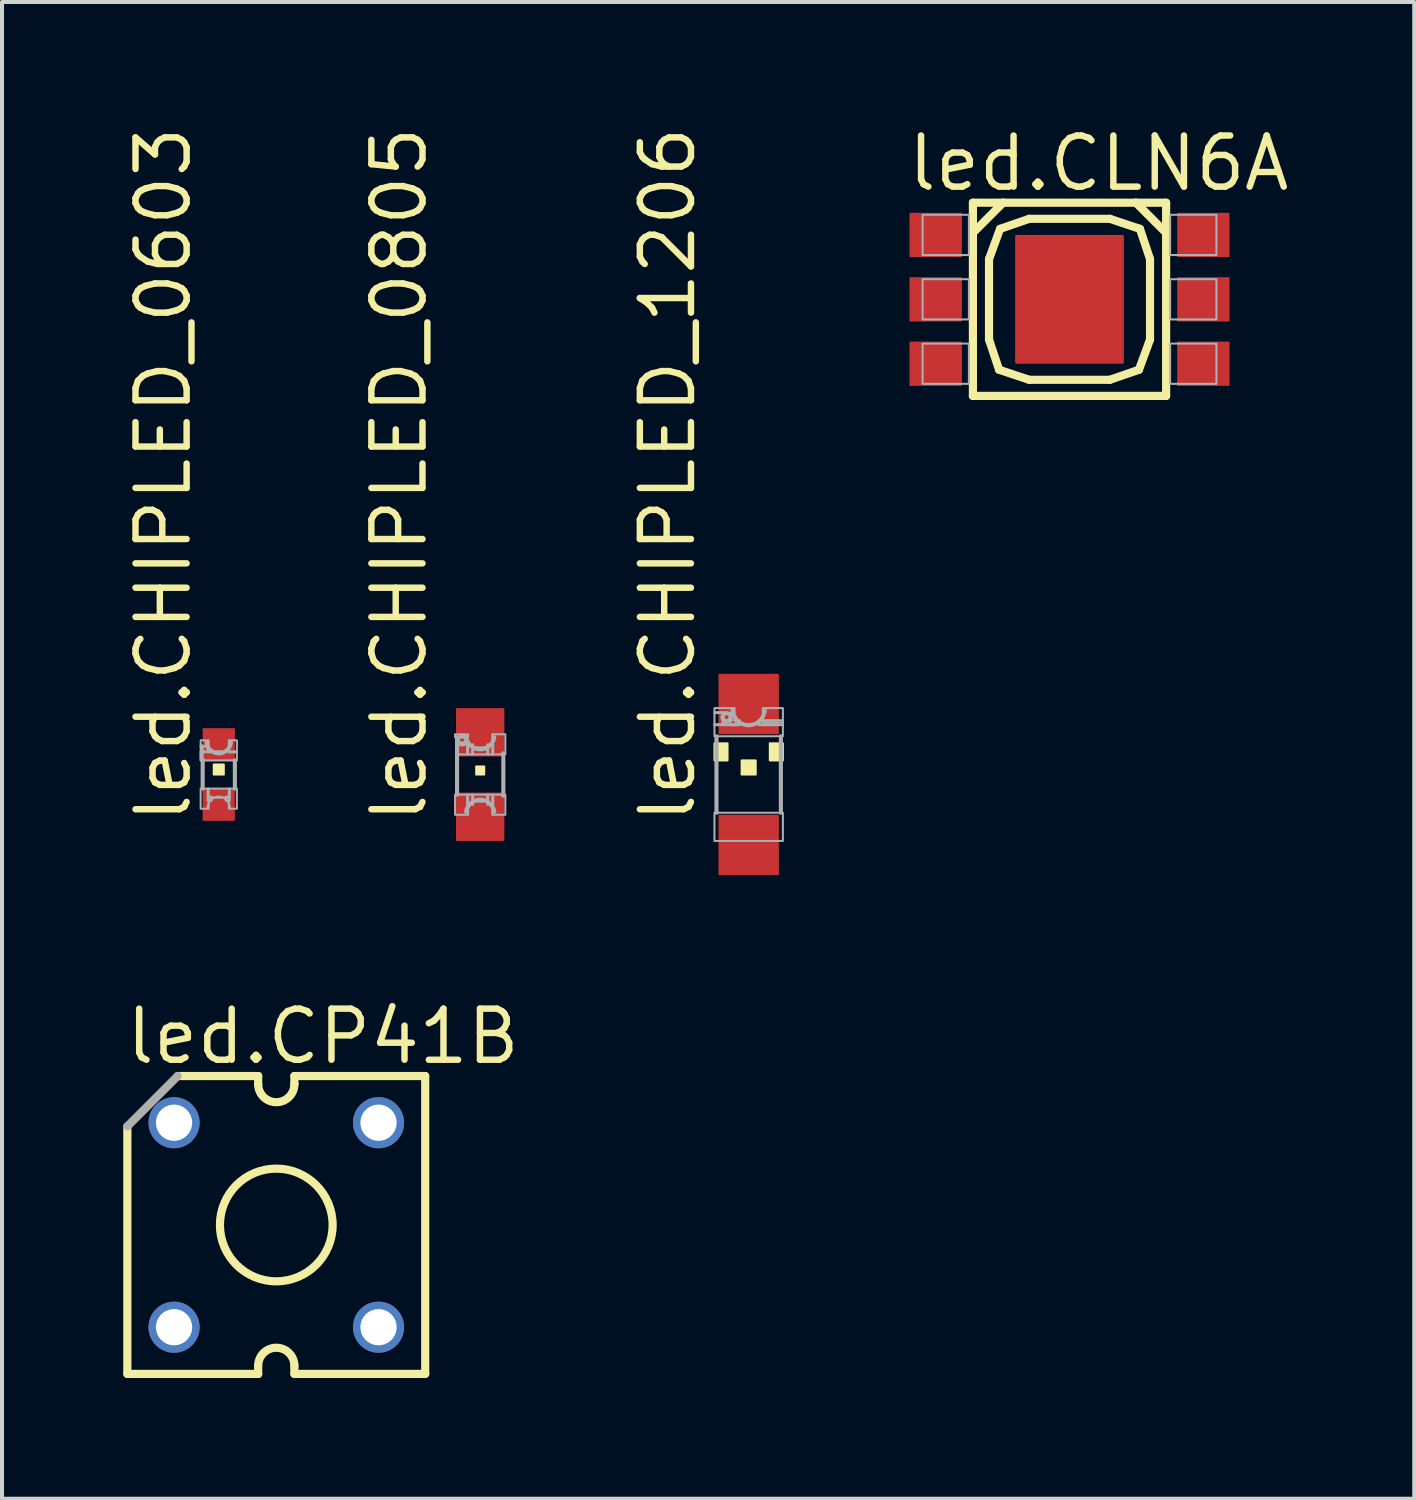
<source format=kicad_pcb>
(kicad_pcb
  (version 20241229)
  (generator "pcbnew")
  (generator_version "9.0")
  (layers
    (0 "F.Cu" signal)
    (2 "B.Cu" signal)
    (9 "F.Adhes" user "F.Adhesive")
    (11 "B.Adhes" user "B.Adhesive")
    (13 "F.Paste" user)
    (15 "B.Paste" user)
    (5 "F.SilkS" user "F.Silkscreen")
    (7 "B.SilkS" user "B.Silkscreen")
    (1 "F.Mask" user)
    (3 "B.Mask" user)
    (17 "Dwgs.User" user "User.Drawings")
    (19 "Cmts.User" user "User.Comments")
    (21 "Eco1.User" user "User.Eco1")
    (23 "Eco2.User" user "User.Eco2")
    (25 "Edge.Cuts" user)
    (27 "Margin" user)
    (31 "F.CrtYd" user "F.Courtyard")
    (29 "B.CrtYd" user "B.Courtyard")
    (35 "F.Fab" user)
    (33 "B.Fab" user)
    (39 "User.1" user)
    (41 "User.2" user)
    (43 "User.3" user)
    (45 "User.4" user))
  (footprint "led.CP41B"
    (layer "F.Cu")
    (at 3.814 27.383)
    (property "Reference" "led.CP41B" (at -3.814 -3.941 0) (layer "F.SilkS") (effects (font (size 1.27 1.27) (thickness 0.16)) (justify left bottom)))
    (attr through_hole)
    (fp_line (start -3.7 -2.45) (end -3.7 3.7) (stroke (width 0.203) (type default)) (layer "F.SilkS"))
    (fp_line (start -3.7 3.7) (end -0.45 3.7) (stroke (width 0.203) (type default)) (layer "F.SilkS"))
    (fp_line (start -0.45 -3.7) (end -2.45 -3.7) (stroke (width 0.203) (type default)) (layer "F.SilkS"))
    (fp_line (start -0.45 -3.5) (end -0.45 -3.7) (stroke (width 0.203) (type default)) (layer "F.SilkS"))
    (fp_line (start -0.45 3.5) (end -0.45 3.7) (stroke (width 0.203) (type default)) (layer "F.SilkS"))
    (fp_line (start 0.45 -3.5) (end 0.45 -3.7) (stroke (width 0.203) (type default)) (layer "F.SilkS"))
    (fp_line (start 0.45 3.5) (end 0.45 3.7) (stroke (width 0.203) (type default)) (layer "F.SilkS"))
    (fp_line (start 0.45 3.7) (end 3.7 3.7) (stroke (width 0.203) (type default)) (layer "F.SilkS"))
    (fp_line (start 3.7 -3.7) (end 0.45 -3.7) (stroke (width 0.203) (type default)) (layer "F.SilkS"))
    (fp_line (start 3.7 3.7) (end 3.7 -3.7) (stroke (width 0.203) (type default)) (layer "F.SilkS"))
    (fp_arc (start -0.45 3.5) (mid 0 3.05) (end 0.45 3.5) (stroke (width 0.2032) (type default)) (layer "F.SilkS"))
    (fp_arc (start 0.45 -3.5) (mid 0 -3.05) (end -0.45 -3.5) (stroke (width 0.2032) (type default)) (layer "F.SilkS"))
    (fp_circle (center 0 0) (end 1.4 0) (stroke (width 0.203) (type default)) (fill no) (layer "F.SilkS"))
    (fp_line (start -2.45 -3.7) (end -3.7 -2.45) (stroke (width 0.203) (type default)) (layer "F.Fab"))
    (pad "1" thru_hole circle (at -2.54 -2.54) (size 1.27 1.27) (drill 0.9) (layers "*.Cu" "*.Mask"))
    (pad "2" thru_hole circle (at -2.54 2.54) (size 1.27 1.27) (drill 0.9) (layers "*.Cu" "*.Mask"))
    (pad "3" thru_hole circle (at 2.54 2.54) (size 1.27 1.27) (drill 0.9) (layers "*.Cu" "*.Mask"))
    (pad "4" thru_hole circle (at 2.54 -2.54) (size 1.27 1.27) (drill 0.9) (layers "*.Cu" "*.Mask")))
  (footprint "led.CHIPLED_0805"
    (layer "F.Cu")
    (at 8.88 16.192)
    (property "Reference" "led.CHIPLED_0805" (at -1.27 1.27 90) (layer "F.SilkS") (effects (font (size 1.27 1.27) (thickness 0.16)) (justify left bottom)))
    (attr smd)
    (fp_rect (start -0.1 0) (end 0.1 -0.2) (stroke (width 0.05) (type default)) (fill yes) (layer "F.SilkS"))
    (fp_line (start -0.575 0.5) (end -0.575 -0.925) (stroke (width 0.102) (type default)) (layer "F.Fab"))
    (fp_line (start 0.575 -0.525) (end 0.575 0.525) (stroke (width 0.102) (type default)) (layer "F.Fab"))
    (fp_rect (start -0.625 -0.925) (end -0.3 -1) (stroke (width 0.05) (type default)) (fill no) (layer "F.Fab"))
    (fp_rect (start -0.625 1) (end -0.3 0.5) (stroke (width 0.05) (type default)) (fill no) (layer "F.Fab"))
    (fp_rect (start -0.6 -0.5) (end -0.3 -0.8) (stroke (width 0.05) (type default)) (fill no) (layer "F.Fab"))
    (fp_rect (start -0.325 -0.5) (end -0.175 -0.75) (stroke (width 0.05) (type default)) (fill no) (layer "F.Fab"))
    (fp_rect (start -0.325 0.75) (end -0.175 0.5) (stroke (width 0.05) (type default)) (fill no) (layer "F.Fab"))
    (fp_rect (start -0.2 -0.5) (end 0.2 -0.675) (stroke (width 0.05) (type default)) (fill no) (layer "F.Fab"))
    (fp_rect (start -0.2 0.675) (end 0.2 0.5) (stroke (width 0.05) (type default)) (fill no) (layer "F.Fab"))
    (fp_rect (start 0.175 -0.5) (end 0.325 -0.75) (stroke (width 0.05) (type default)) (fill no) (layer "F.Fab"))
    (fp_rect (start 0.175 0.75) (end 0.325 0.5) (stroke (width 0.05) (type default)) (fill no) (layer "F.Fab"))
    (fp_rect (start 0.3 -0.5) (end 0.625 -1) (stroke (width 0.05) (type default)) (fill no) (layer "F.Fab"))
    (fp_rect (start 0.3 1) (end 0.625 0.5) (stroke (width 0.05) (type default)) (fill no) (layer "F.Fab"))
    (fp_arc (start -0.35 0.925) (mid 0 0.625028) (end 0.35 0.925) (stroke (width 0.1016) (type default)) (layer "F.Fab"))
    (fp_arc (start 0.35 -0.925) (mid 0 -0.625028) (end -0.35 -0.925) (stroke (width 0.1016) (type default)) (layer "F.Fab"))
    (fp_circle (center -0.45 -0.85) (end -0.347 -0.85) (stroke (width 0.102) (type default)) (fill no) (layer "F.Fab"))
    (pad "A" smd roundrect (at 0 1.05) (size 1.2 1.2) (layers "F.Cu" "F.Mask" "F.Paste") (roundrect_rratio 0.01))
    (pad "C" smd roundrect (at 0 -1.05) (size 1.2 1.2) (layers "F.Cu" "F.Mask" "F.Paste") (roundrect_rratio 0.01)))
  (footprint "led.CHIPLED_1206"
    (layer "F.Cu")
    (at 15.55 16.192)
    (property "Reference" "led.CHIPLED_1206" (at -1.27 1.27 90) (layer "F.SilkS") (effects (font (size 1.27 1.27) (thickness 0.16)) (justify left bottom)))
    (attr smd)
    (fp_rect (start -0.85 -0.35) (end -0.525 -0.775) (stroke (width 0.05) (type default)) (fill yes) (layer "F.SilkS"))
    (fp_rect (start -0.175 0) (end 0.175 -0.35) (stroke (width 0.05) (type default)) (fill yes) (layer "F.SilkS"))
    (fp_rect (start 0.525 -0.35) (end 0.85 -0.775) (stroke (width 0.05) (type default)) (fill yes) (layer "F.SilkS"))
    (fp_line (start -0.8 0.95) (end -0.8 -0.95) (stroke (width 0.102) (type default)) (layer "F.Fab"))
    (fp_line (start 0.8 -0.95) (end 0.8 0.95) (stroke (width 0.102) (type default)) (layer "F.Fab"))
    (fp_rect (start -0.85 -1.525) (end -0.35 -1.65) (stroke (width 0.05) (type default)) (fill no) (layer "F.Fab"))
    (fp_rect (start -0.85 -1.225) (end -0.625 -1.55) (stroke (width 0.05) (type default)) (fill no) (layer "F.Fab"))
    (fp_rect (start -0.85 -0.95) (end 0.85 -1.25) (stroke (width 0.05) (type default)) (fill no) (layer "F.Fab"))
    (fp_rect (start -0.85 1.65) (end 0.85 0.95) (stroke (width 0.05) (type default)) (fill no) (layer "F.Fab"))
    (fp_rect (start -0.65 -1.225) (end -0.225 -1.35) (stroke (width 0.05) (type default)) (fill no) (layer "F.Fab"))
    (fp_rect (start -0.45 -1.225) (end -0.325 -1.45) (stroke (width 0.05) (type default)) (fill no) (layer "F.Fab"))
    (fp_rect (start 0.25 -1.225) (end 0.85 -1.35) (stroke (width 0.05) (type default)) (fill no) (layer "F.Fab"))
    (fp_rect (start 0.35 -1.3) (end 0.85 -1.65) (stroke (width 0.05) (type default)) (fill no) (layer "F.Fab"))
    (fp_arc (start 0.4 -1.6) (mid 0 -1.224969) (end -0.4 -1.6) (stroke (width 0.1016) (type default)) (layer "F.Fab"))
    (fp_circle (center -0.55 -1.425) (end -0.45 -1.425) (stroke (width 0.102) (type default)) (fill no) (layer "F.Fab"))
    (pad "A" smd roundrect (at 0 1.75) (size 1.5 1.5) (layers "F.Cu" "F.Mask" "F.Paste") (roundrect_rratio 0.01))
    (pad "C" smd roundrect (at 0 -1.75) (size 1.5 1.5) (layers "F.Cu" "F.Mask" "F.Paste") (roundrect_rratio 0.01)))
  (footprint "led.CLN6A"
    (layer "F.Cu")
    (at 23.521 4.386)
    (property "Reference" "led.CLN6A" (at -4.096 -2.636 0) (layer "F.SilkS") (effects (font (size 1.27 1.27) (thickness 0.16)) (justify left bottom)))
    (attr smd)
    (fp_line (start -2.4 -2.4) (end -2.4 -1.65) (stroke (width 0.203) (type default)) (layer "F.SilkS"))
    (fp_line (start -2.4 -1.65) (end -2.4 2.4) (stroke (width 0.203) (type default)) (layer "F.SilkS"))
    (fp_line (start -2.4 -1.65) (end -1.65 -2.4) (stroke (width 0.203) (type default)) (layer "F.SilkS"))
    (fp_line (start -2.4 2.4) (end 2.4 2.4) (stroke (width 0.203) (type default)) (layer "F.SilkS"))
    (fp_line (start -2 -1) (end -1.725 -1.75) (stroke (width 0.203) (type default)) (layer "F.SilkS"))
    (fp_line (start -2 1) (end -2 -1) (stroke (width 0.203) (type default)) (layer "F.SilkS"))
    (fp_line (start -1.75 1.75) (end -2 1) (stroke (width 0.203) (type default)) (layer "F.SilkS"))
    (fp_line (start -1.725 -1.75) (end -1 -2) (stroke (width 0.203) (type default)) (layer "F.SilkS"))
    (fp_line (start -1.65 -2.4) (end -2.4 -2.4) (stroke (width 0.203) (type default)) (layer "F.SilkS"))
    (fp_line (start -1 -2) (end 1 -2) (stroke (width 0.203) (type default)) (layer "F.SilkS"))
    (fp_line (start -1 2) (end -1.75 1.75) (stroke (width 0.203) (type default)) (layer "F.SilkS"))
    (fp_line (start 1 -2) (end 1.75 -1.75) (stroke (width 0.203) (type default)) (layer "F.SilkS"))
    (fp_line (start 1 2) (end -1 2) (stroke (width 0.203) (type default)) (layer "F.SilkS"))
    (fp_line (start 1.65 -2.4) (end -1.65 -2.4) (stroke (width 0.203) (type default)) (layer "F.SilkS"))
    (fp_line (start 1.65 -2.4) (end 2.4 -1.65) (stroke (width 0.203) (type default)) (layer "F.SilkS"))
    (fp_line (start 1.725 1.75) (end 1 2) (stroke (width 0.203) (type default)) (layer "F.SilkS"))
    (fp_line (start 1.75 -1.75) (end 2 -1) (stroke (width 0.203) (type default)) (layer "F.SilkS"))
    (fp_line (start 2 -1) (end 2 1) (stroke (width 0.203) (type default)) (layer "F.SilkS"))
    (fp_line (start 2 1) (end 1.725 1.75) (stroke (width 0.203) (type default)) (layer "F.SilkS"))
    (fp_line (start 2.4 -2.4) (end 1.65 -2.4) (stroke (width 0.203) (type default)) (layer "F.SilkS"))
    (fp_line (start 2.4 -1.65) (end 2.4 -2.4) (stroke (width 0.203) (type default)) (layer "F.SilkS"))
    (fp_line (start 2.4 2.4) (end 2.4 -1.65) (stroke (width 0.203) (type default)) (layer "F.SilkS"))
    (fp_rect (start -3.65 -1.1) (end -2.5 -2.1) (stroke (width 0.05) (type default)) (fill no) (layer "F.Fab"))
    (fp_rect (start -3.65 0.5) (end -2.5 -0.5) (stroke (width 0.05) (type default)) (fill no) (layer "F.Fab"))
    (fp_rect (start -3.65 2.1) (end -2.5 1.1) (stroke (width 0.05) (type default)) (fill no) (layer "F.Fab"))
    (fp_rect (start 2.5 -1.1) (end 3.65 -2.1) (stroke (width 0.05) (type default)) (fill no) (layer "F.Fab"))
    (fp_rect (start 2.5 0.5) (end 3.65 -0.5) (stroke (width 0.05) (type default)) (fill no) (layer "F.Fab"))
    (fp_rect (start 2.5 2.1) (end 3.65 1.1) (stroke (width 0.05) (type default)) (fill no) (layer "F.Fab"))
    (pad "1" smd roundrect (at -3.325 -1.6) (size 1.3 1.1) (layers "F.Cu" "F.Mask" "F.Paste") (roundrect_rratio 0.01))
    (pad "2" smd roundrect (at -3.325 0) (size 1.3 1.1) (layers "F.Cu" "F.Mask" "F.Paste") (roundrect_rratio 0.01))
    (pad "3" smd roundrect (at -3.325 1.6) (size 1.3 1.1) (layers "F.Cu" "F.Mask" "F.Paste") (roundrect_rratio 0.01))
    (pad "4" smd roundrect (at 3.325 1.6 180) (size 1.3 1.1) (layers "F.Cu" "F.Mask" "F.Paste") (roundrect_rratio 0.01))
    (pad "5" smd roundrect (at 3.325 0 180) (size 1.3 1.1) (layers "F.Cu" "F.Mask" "F.Paste") (roundrect_rratio 0.01))
    (pad "6" smd roundrect (at 3.325 -1.6 180) (size 1.3 1.1) (layers "F.Cu" "F.Mask" "F.Paste") (roundrect_rratio 0.01))
    (pad "HT" smd roundrect (at 0 0) (size 2.7 3.2) (layers "F.Cu" "F.Mask" "F.Paste") (roundrect_rratio 0.01)))
  (footprint "led.CHIPLED_0603"
    (layer "F.Cu")
    (at 2.385 16.192)
    (property "Reference" "led.CHIPLED_0603" (at -0.635 1.27 90) (layer "F.SilkS") (effects (font (size 1.27 1.27) (thickness 0.16)) (justify left bottom)))
    (attr smd)
    (fp_rect (start -0.125 0) (end 0.125 -0.25) (stroke (width 0.05) (type default)) (fill yes) (layer "F.SilkS"))
    (fp_line (start -0.4 -0.375) (end -0.4 0.35) (stroke (width 0.102) (type default)) (layer "F.Fab"))
    (fp_line (start 0.4 -0.35) (end 0.4 0.35) (stroke (width 0.102) (type default)) (layer "F.Fab"))
    (fp_rect (start -0.45 -0.7) (end -0.25 -0.85) (stroke (width 0.05) (type default)) (fill no) (layer "F.Fab"))
    (fp_rect (start -0.45 -0.35) (end -0.4 -0.725) (stroke (width 0.05) (type default)) (fill no) (layer "F.Fab"))
    (fp_rect (start -0.45 -0.35) (end 0.45 -0.575) (stroke (width 0.05) (type default)) (fill no) (layer "F.Fab"))
    (fp_rect (start -0.45 0.85) (end -0.25 0.35) (stroke (width 0.05) (type default)) (fill no) (layer "F.Fab"))
    (fp_rect (start -0.275 -0.55) (end -0.225 -0.6) (stroke (width 0.05) (type default)) (fill no) (layer "F.Fab"))
    (fp_rect (start -0.275 0.575) (end 0.275 0.35) (stroke (width 0.05) (type default)) (fill no) (layer "F.Fab"))
    (fp_rect (start -0.275 0.65) (end -0.175 0.55) (stroke (width 0.05) (type default)) (fill no) (layer "F.Fab"))
    (fp_rect (start 0.175 0.65) (end 0.275 0.55) (stroke (width 0.05) (type default)) (fill no) (layer "F.Fab"))
    (fp_rect (start 0.25 -0.55) (end 0.45 -0.85) (stroke (width 0.05) (type default)) (fill no) (layer "F.Fab"))
    (fp_rect (start 0.25 0.85) (end 0.45 0.35) (stroke (width 0.05) (type default)) (fill no) (layer "F.Fab"))
    (fp_arc (start -0.275 0.825) (mid 0 0.55) (end 0.275 0.825) (stroke (width 0.0508) (type default)) (layer "F.Fab"))
    (fp_arc (start 0.3 -0.8) (mid 0 -0.524967) (end -0.3 -0.8) (stroke (width 0.1016) (type default)) (layer "F.Fab"))
    (fp_circle (center -0.35 -0.625) (end -0.275 -0.625) (stroke (width 0.051) (type default)) (fill no) (layer "F.Fab"))
    (pad "A" smd roundrect (at 0 0.75) (size 0.8 0.8) (layers "F.Cu" "F.Mask" "F.Paste") (roundrect_rratio 0.01))
    (pad "C" smd roundrect (at 0 -0.75) (size 0.8 0.8) (layers "F.Cu" "F.Mask" "F.Paste") (roundrect_rratio 0.01)))
  (gr_rect
    (start -3 -3)
    (end 32.085 34.185)
    (stroke (width 0.1) (type default))
    (fill no)
    (layer "Edge.Cuts")))
</source>
